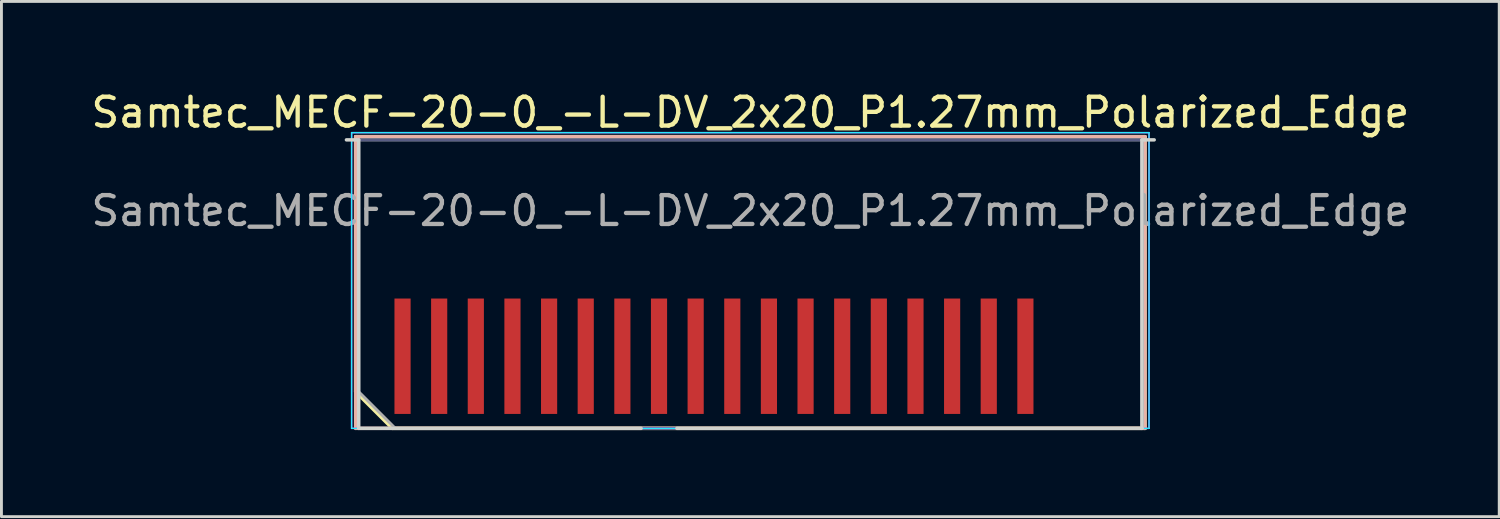
<source format=kicad_pcb>
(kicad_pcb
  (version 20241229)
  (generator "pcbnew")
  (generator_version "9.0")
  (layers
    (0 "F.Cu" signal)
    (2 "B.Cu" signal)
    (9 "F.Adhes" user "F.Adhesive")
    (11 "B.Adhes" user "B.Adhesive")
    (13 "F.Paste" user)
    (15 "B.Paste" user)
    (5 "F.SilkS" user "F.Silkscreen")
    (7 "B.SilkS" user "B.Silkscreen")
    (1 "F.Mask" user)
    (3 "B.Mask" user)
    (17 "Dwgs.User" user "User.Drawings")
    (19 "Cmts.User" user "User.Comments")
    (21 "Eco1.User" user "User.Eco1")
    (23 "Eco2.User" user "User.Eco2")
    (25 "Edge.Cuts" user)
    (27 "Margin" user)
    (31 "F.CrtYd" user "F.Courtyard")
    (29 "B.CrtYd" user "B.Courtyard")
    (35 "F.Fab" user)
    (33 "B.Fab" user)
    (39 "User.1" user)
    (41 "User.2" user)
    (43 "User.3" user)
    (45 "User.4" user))
  (footprint "Samtec_MECF-20-0_-L-DV_2x20_P1.27mm_Polarized_Edge"
    (layer "F.Cu")
    (at 22.958 6.798)
    (property "Reference" "Samtec_MECF-20-0_-L-DV_2x20_P1.27mm_Polarized_Edge" (at 0 -5.95 0) (layer "F.SilkS") (effects (font (size 1 1) (thickness 0.15))))
    (attr exclude_from_pos_files exclude_from_bom)
    (fp_line (start -13.68 -5.11) (end 13.68 -5.11) (stroke (width 0.12) (type solid)) (layer "F.SilkS"))
    (fp_line (start -13.68 3.73) (end -13.68 -5.11) (stroke (width 0.12) (type solid)) (layer "F.SilkS"))
    (fp_line (start -12.41 5) (end -13.68 3.73) (stroke (width 0.12) (type solid)) (layer "F.SilkS"))
    (fp_line (start -12.41 5) (end 13.68 5) (stroke (width 0.12) (type solid)) (layer "F.SilkS"))
    (fp_line (start 13.68 5) (end 13.68 -5.11) (stroke (width 0.12) (type solid)) (layer "F.SilkS"))
    (fp_line (start -13.68 -5.11) (end 13.68 -5.11) (stroke (width 0.12) (type solid)) (layer "B.SilkS"))
    (fp_line (start -13.68 5) (end -13.68 -5.11) (stroke (width 0.12) (type solid)) (layer "B.SilkS"))
    (fp_line (start -13.68 5) (end 13.68 5) (stroke (width 0.12) (type solid)) (layer "B.SilkS"))
    (fp_line (start 13.68 5) (end 13.68 -5.11) (stroke (width 0.12) (type solid)) (layer "B.SilkS"))
    (fp_line (start -14 -5) (end -13.575 -5) (stroke (width 0.12) (type solid)) (layer "Edge.Cuts"))
    (fp_line (start -13.575 5) (end -13.575 -5) (stroke (width 0.12) (type solid)) (layer "Edge.Cuts"))
    (fp_line (start -13.575 5) (end -3.785 5) (stroke (width 0.12) (type solid)) (layer "Edge.Cuts"))
    (fp_line (start -2.545 5) (end 13.575 5) (stroke (width 0.12) (type solid)) (layer "Edge.Cuts"))
    (fp_line (start 13.575 5) (end 13.575 -5) (stroke (width 0.12) (type solid)) (layer "Edge.Cuts"))
    (fp_line (start 14 -5) (end 13.575 -5) (stroke (width 0.12) (type solid)) (layer "Edge.Cuts"))
    (fp_line (start -13.82 -5.25) (end -13.82 5) (stroke (width 0.05) (type solid)) (layer "B.CrtYd"))
    (fp_line (start -13.82 5) (end 13.82 5) (stroke (width 0.05) (type solid)) (layer "B.CrtYd"))
    (fp_line (start 13.82 -5.25) (end -13.82 -5.25) (stroke (width 0.05) (type solid)) (layer "B.CrtYd"))
    (fp_line (start 13.82 5) (end 13.82 -5.25) (stroke (width 0.05) (type solid)) (layer "B.CrtYd"))
    (fp_line (start -13.82 -5.25) (end -13.82 5) (stroke (width 0.05) (type solid)) (layer "F.CrtYd"))
    (fp_line (start -13.82 5) (end 13.82 5) (stroke (width 0.05) (type solid)) (layer "F.CrtYd"))
    (fp_line (start 13.82 -5.25) (end -13.82 -5.25) (stroke (width 0.05) (type solid)) (layer "F.CrtYd"))
    (fp_line (start 13.82 5) (end 13.82 -5.25) (stroke (width 0.05) (type solid)) (layer "F.CrtYd"))
    (fp_line (start -13.575 -5) (end 13.575 -5) (stroke (width 0.1) (type solid)) (layer "B.Fab"))
    (fp_line (start -13.575 5) (end -13.575 -5) (stroke (width 0.1) (type solid)) (layer "B.Fab"))
    (fp_line (start -13.575 5) (end 13.575 5) (stroke (width 0.1) (type solid)) (layer "B.Fab"))
    (fp_line (start 13.575 5) (end 13.575 -5) (stroke (width 0.1) (type solid)) (layer "B.Fab"))
    (fp_line (start -13.575 -5) (end 13.575 -5) (stroke (width 0.1) (type solid)) (layer "F.Fab"))
    (fp_line (start -13.575 3.73) (end -13.575 -5) (stroke (width 0.1) (type solid)) (layer "F.Fab"))
    (fp_line (start -13.575 3.73) (end -12.305 5) (stroke (width 0.1) (type solid)) (layer "F.Fab"))
    (fp_line (start -12.305 5) (end 13.575 5) (stroke (width 0.1) (type solid)) (layer "F.Fab"))
    (fp_line (start 13.575 5) (end 13.575 -5) (stroke (width 0.1) (type solid)) (layer "F.Fab"))
    (fp_text user "${REFERENCE}" (at 0 -2.54 0) (layer "F.Fab") (effects (font (size 1 1) (thickness 0.15))))
    (pad "1" connect rect (at -12.055 2.5) (size 0.56 4) (layers "F.Cu" "F.Mask"))
    (pad "2" connect rect (at -10.785 2.5) (size 0.56 4) (layers "F.Cu" "F.Mask"))
    (pad "3" connect rect (at -9.515 2.5) (size 0.56 4) (layers "F.Cu" "F.Mask"))
    (pad "4" connect rect (at -8.245 2.5) (size 0.56 4) (layers "F.Cu" "F.Mask"))
    (pad "5" connect rect (at -6.975 2.5) (size 0.56 4) (layers "F.Cu" "F.Mask"))
    (pad "6" connect rect (at -5.705 2.5) (size 0.56 4) (layers "F.Cu" "F.Mask"))
    (pad "7" connect rect (at -4.435 2.5) (size 0.56 4) (layers "F.Cu" "F.Mask"))
    (pad "8" connect rect (at -3.165 2.5) (size 0.56 4) (layers "F.Cu" "F.Mask"))
    (pad "9" connect rect (at -1.895 2.5) (size 0.56 4) (layers "F.Cu" "F.Mask"))
    (pad "10" connect rect (at -0.625 2.5) (size 0.56 4) (layers "F.Cu" "F.Mask"))
    (pad "11" connect rect (at 0.645 2.5) (size 0.56 4) (layers "F.Cu" "F.Mask"))
    (pad "12" connect rect (at 1.915 2.5) (size 0.56 4) (layers "F.Cu" "F.Mask"))
    (pad "13" connect rect (at 3.185 2.5) (size 0.56 4) (layers "F.Cu" "F.Mask"))
    (pad "14" connect rect (at 4.455 2.5) (size 0.56 4) (layers "F.Cu" "F.Mask"))
    (pad "15" connect rect (at 5.725 2.5) (size 0.56 4) (layers "F.Cu" "F.Mask"))
    (pad "16" connect rect (at 6.995 2.5) (size 0.56 4) (layers "F.Cu" "F.Mask"))
    (pad "17" connect rect (at 8.265 2.5) (size 0.56 4) (layers "F.Cu" "F.Mask"))
    (pad "18" connect rect (at 9.535 2.5) (size 0.56 4) (layers "F.Cu" "F.Mask")))
  (gr_rect
    (start -3 -3)
    (end 48.917 14.858)
    (stroke (width 0.1) (type default))
    (fill no)
    (layer "Edge.Cuts")))
</source>
